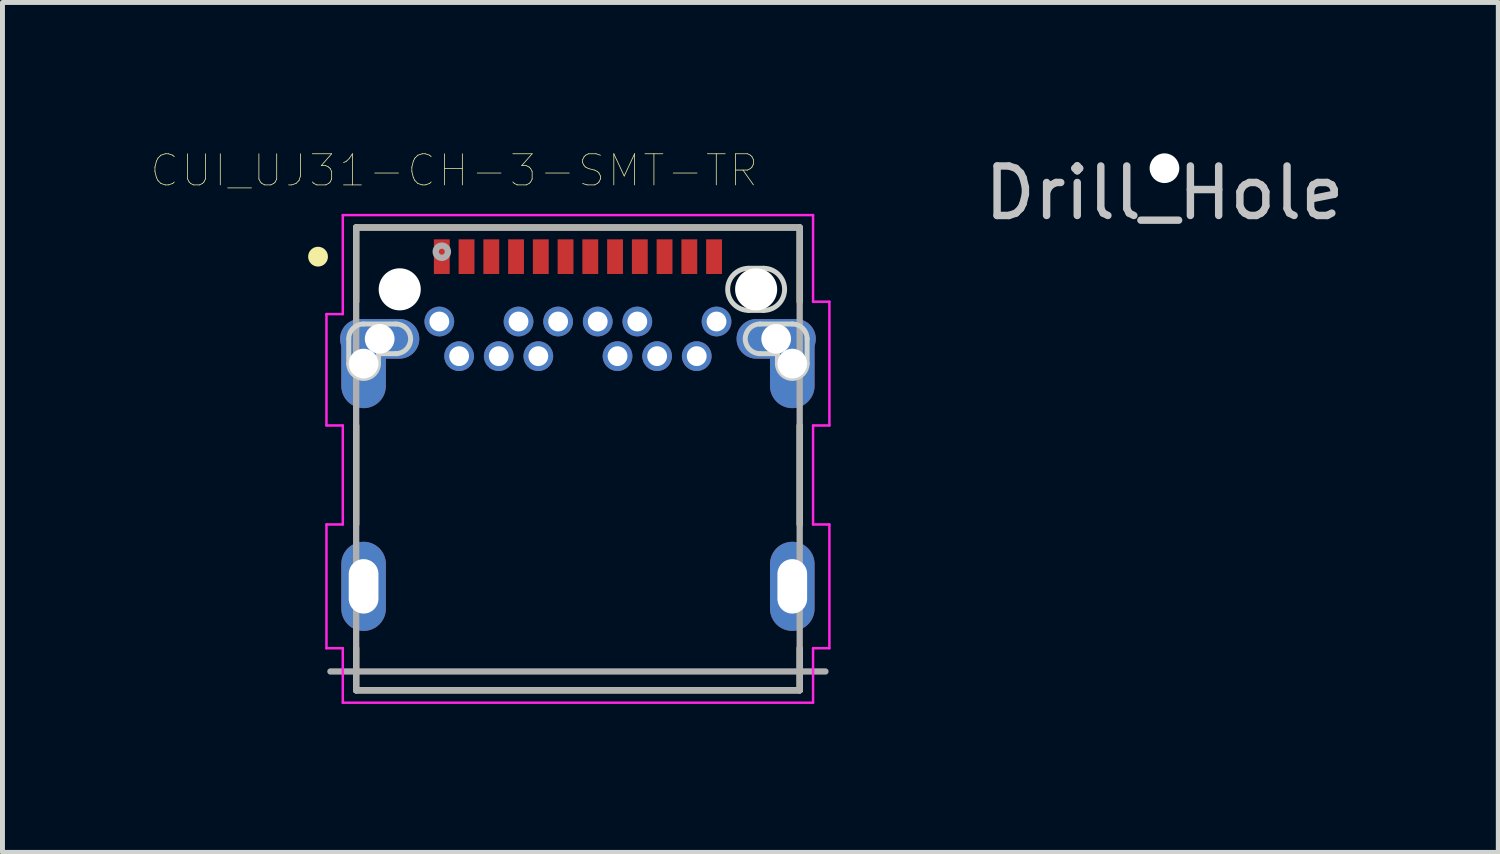
<source format=kicad_pcb>
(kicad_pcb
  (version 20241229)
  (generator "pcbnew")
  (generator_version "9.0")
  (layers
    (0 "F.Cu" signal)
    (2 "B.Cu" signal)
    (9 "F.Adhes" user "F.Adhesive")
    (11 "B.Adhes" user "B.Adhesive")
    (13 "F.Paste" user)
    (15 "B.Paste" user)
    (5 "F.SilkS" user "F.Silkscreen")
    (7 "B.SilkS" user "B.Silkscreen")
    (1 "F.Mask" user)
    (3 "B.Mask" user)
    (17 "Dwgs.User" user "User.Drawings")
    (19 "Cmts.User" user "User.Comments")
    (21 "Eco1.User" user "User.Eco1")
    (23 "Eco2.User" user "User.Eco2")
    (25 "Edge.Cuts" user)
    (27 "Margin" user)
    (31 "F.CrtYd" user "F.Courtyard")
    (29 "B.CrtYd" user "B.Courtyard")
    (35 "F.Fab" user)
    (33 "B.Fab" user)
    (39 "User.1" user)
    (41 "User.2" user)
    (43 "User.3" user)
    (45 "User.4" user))
  (footprint "Drill_Hole"
    (layer "F.Cu")
    (at 20.474 0.348)
    (property "Reference" "Drill_Hole" (at 0 0.5 0) (layer "Dwgs.User") (effects (font (size 1 1) (thickness 0.15))))
    (attr through_hole)
    (pad "" np_thru_hole circle (at 0 0) (size 0.6 0.6) (drill 0.6) (layers "*.Cu" "*.Mask")))
  (footprint "CUI_UJ31-CH-3-SMT-TR"
    (layer "F.Cu")
    (at 5.875 2.135)
    (property "Reference" "CUI_UJ31-CH-3-SMT-TR" (at 0.25 -1.74 0) (layer "F.SilkS") (effects (font (size 0.63 0.63) (thickness 0.015))))
    (attr through_hole)
    (fp_poly (pts (xy 6.2 0.135) (xy 6.5 0.135) (xy 6.555 0.138) (xy 6.609 0.146) (xy 6.662 0.161) (xy 6.714 0.18) (xy 6.763 0.205) (xy 6.809 0.235) (xy 6.851 0.27) (xy 6.89 0.309) (xy 6.925 0.351) (xy 6.955 0.398) (xy 6.98 0.446) (xy 6.999 0.498) (xy 7.014 0.551) (xy 7.022 0.605) (xy 7.025 0.66) (xy 7.022 0.715) (xy 7.014 0.769) (xy 6.999 0.822) (xy 6.98 0.874) (xy 6.955 0.922) (xy 6.925 0.969) (xy 6.89 1.011) (xy 6.851 1.05) (xy 6.809 1.085) (xy 6.763 1.115) (xy 6.714 1.14) (xy 6.662 1.159) (xy 6.609 1.174) (xy 6.555 1.182) (xy 6.5 1.185) (xy 6.2 1.185) (xy 6.145 1.182) (xy 6.091 1.174) (xy 6.038 1.159) (xy 5.986 1.14) (xy 5.938 1.115) (xy 5.891 1.085) (xy 5.849 1.05) (xy 5.81 1.011) (xy 5.775 0.969) (xy 5.745 0.922) (xy 5.72 0.874) (xy 5.701 0.822) (xy 5.686 0.769) (xy 5.678 0.715) (xy 5.675 0.66) (xy 5.678 0.605) (xy 5.686 0.551) (xy 5.701 0.498) (xy 5.72 0.446) (xy 5.745 0.398) (xy 5.775 0.351) (xy 5.81 0.309) (xy 5.849 0.27) (xy 5.891 0.235) (xy 5.938 0.205) (xy 5.986 0.18) (xy 6.038 0.161) (xy 6.091 0.146) (xy 6.145 0.138) (xy 6.2 0.135)) (stroke (width 0.05) (type solid)) (fill yes) (layer "F.Mask"))
    (fp_poly (pts (xy 6.2 0.135) (xy 6.5 0.135) (xy 6.555 0.138) (xy 6.609 0.146) (xy 6.662 0.161) (xy 6.714 0.18) (xy 6.763 0.205) (xy 6.809 0.235) (xy 6.851 0.27) (xy 6.89 0.309) (xy 6.925 0.351) (xy 6.955 0.398) (xy 6.98 0.446) (xy 6.999 0.498) (xy 7.014 0.551) (xy 7.022 0.605) (xy 7.025 0.66) (xy 7.022 0.715) (xy 7.014 0.769) (xy 6.999 0.822) (xy 6.98 0.874) (xy 6.955 0.922) (xy 6.925 0.969) (xy 6.89 1.011) (xy 6.851 1.05) (xy 6.809 1.085) (xy 6.763 1.115) (xy 6.714 1.14) (xy 6.662 1.159) (xy 6.609 1.174) (xy 6.555 1.182) (xy 6.5 1.185) (xy 6.2 1.185) (xy 6.145 1.182) (xy 6.091 1.174) (xy 6.038 1.159) (xy 5.986 1.14) (xy 5.938 1.115) (xy 5.891 1.085) (xy 5.849 1.05) (xy 5.81 1.011) (xy 5.775 0.969) (xy 5.745 0.922) (xy 5.72 0.874) (xy 5.701 0.822) (xy 5.686 0.769) (xy 5.678 0.715) (xy 5.675 0.66) (xy 5.678 0.605) (xy 5.686 0.551) (xy 5.701 0.498) (xy 5.72 0.446) (xy 5.745 0.398) (xy 5.775 0.351) (xy 5.81 0.309) (xy 5.849 0.27) (xy 5.891 0.235) (xy 5.938 0.205) (xy 5.986 0.18) (xy 6.038 0.161) (xy 6.091 0.146) (xy 6.145 0.138) (xy 6.2 0.135)) (stroke (width 0.05) (type solid)) (fill yes) (layer "B.Mask"))
    (fp_line (start -1.73 -0.59) (end -1.73 0.91) (stroke (width 0.127) (type solid)) (layer "F.SilkS"))
    (fp_line (start -1.73 -0.59) (end 7.23 -0.59) (stroke (width 0.127) (type solid)) (layer "F.SilkS"))
    (fp_line (start -1.73 3.41) (end -1.73 5.41) (stroke (width 0.127) (type solid)) (layer "F.SilkS"))
    (fp_line (start -1.73 7.91) (end -1.73 8.76) (stroke (width 0.127) (type solid)) (layer "F.SilkS"))
    (fp_line (start -1.73 8.76) (end 7.23 8.76) (stroke (width 0.127) (type solid)) (layer "F.SilkS"))
    (fp_line (start 7.23 -0.59) (end 7.23 0.91) (stroke (width 0.127) (type solid)) (layer "F.SilkS"))
    (fp_line (start 7.23 5.41) (end 7.23 3.41) (stroke (width 0.127) (type solid)) (layer "F.SilkS"))
    (fp_line (start 7.23 8.76) (end 7.23 7.91) (stroke (width 0.127) (type solid)) (layer "F.SilkS"))
    (fp_circle (center -2.5 0) (end -2.4 0) (stroke (width 0.2) (type solid)) (fill no) (layer "F.SilkS"))
    (fp_line (start -1.88 2.16) (end -1.88 1.66) (stroke (width 0.1) (type solid)) (layer "Edge.Cuts"))
    (fp_line (start -1.58 1.36) (end -0.93 1.36) (stroke (width 0.1) (type solid)) (layer "Edge.Cuts"))
    (fp_line (start -1.28 1.96) (end -1.28 2.16) (stroke (width 0.1) (type solid)) (layer "Edge.Cuts"))
    (fp_line (start -0.93 1.96) (end -1.28 1.96) (stroke (width 0.1) (type solid)) (layer "Edge.Cuts"))
    (fp_line (start 6.2 0.235) (end 6.5 0.235) (stroke (width 0.1) (type solid)) (layer "Edge.Cuts"))
    (fp_line (start 6.2 1.085) (end 6.5 1.085) (stroke (width 0.1) (type solid)) (layer "Edge.Cuts"))
    (fp_line (start 6.43 1.36) (end 7.08 1.36) (stroke (width 0.1) (type solid)) (layer "Edge.Cuts"))
    (fp_line (start 6.78 1.96) (end 6.43 1.96) (stroke (width 0.1) (type solid)) (layer "Edge.Cuts"))
    (fp_line (start 6.78 1.96) (end 6.78 2.16) (stroke (width 0.1) (type solid)) (layer "Edge.Cuts"))
    (fp_line (start 7.38 2.16) (end 7.38 1.66) (stroke (width 0.1) (type solid)) (layer "Edge.Cuts"))
    (fp_arc (start -1.88 1.66) (mid -1.792132 1.447868) (end -1.58 1.36) (stroke (width 0.1) (type solid)) (layer "Edge.Cuts"))
    (fp_arc (start -1.28 2.16) (mid -1.58 2.46) (end -1.88 2.16) (stroke (width 0.1) (type solid)) (layer "Edge.Cuts"))
    (fp_arc (start -0.93 1.36) (mid -0.63 1.66) (end -0.93 1.96) (stroke (width 0.1) (type solid)) (layer "Edge.Cuts"))
    (fp_arc (start 6.2 1.085) (mid 5.775 0.66) (end 6.2 0.235) (stroke (width 0.1) (type solid)) (layer "Edge.Cuts"))
    (fp_arc (start 6.43 1.96) (mid 6.13 1.66) (end 6.43 1.36) (stroke (width 0.1) (type solid)) (layer "Edge.Cuts"))
    (fp_arc (start 6.5 0.235) (mid 6.925 0.66) (end 6.5 1.085) (stroke (width 0.1) (type solid)) (layer "Edge.Cuts"))
    (fp_arc (start 7.08 1.36) (mid 7.292132 1.447868) (end 7.38 1.66) (stroke (width 0.1) (type solid)) (layer "Edge.Cuts"))
    (fp_arc (start 7.38 2.16) (mid 7.08 2.46) (end 6.78 2.16) (stroke (width 0.1) (type solid)) (layer "Edge.Cuts"))
    (fp_line (start -2.33 1.16) (end -2 1.16) (stroke (width 0.05) (type solid)) (layer "F.CrtYd"))
    (fp_line (start -2.33 3.41) (end -2.33 1.16) (stroke (width 0.05) (type solid)) (layer "F.CrtYd"))
    (fp_line (start -2.33 5.41) (end -2 5.41) (stroke (width 0.05) (type solid)) (layer "F.CrtYd"))
    (fp_line (start -2.33 7.91) (end -2.33 5.41) (stroke (width 0.05) (type solid)) (layer "F.CrtYd"))
    (fp_line (start -2 -0.84) (end 7.5 -0.84) (stroke (width 0.05) (type solid)) (layer "F.CrtYd"))
    (fp_line (start -2 1.16) (end -2 -0.84) (stroke (width 0.05) (type solid)) (layer "F.CrtYd"))
    (fp_line (start -2 3.41) (end -2.33 3.41) (stroke (width 0.05) (type solid)) (layer "F.CrtYd"))
    (fp_line (start -2 5.41) (end -2 3.41) (stroke (width 0.05) (type solid)) (layer "F.CrtYd"))
    (fp_line (start -2 7.91) (end -2.33 7.91) (stroke (width 0.05) (type solid)) (layer "F.CrtYd"))
    (fp_line (start -2 9.01) (end -2 7.91) (stroke (width 0.05) (type solid)) (layer "F.CrtYd"))
    (fp_line (start 7.5 -0.84) (end 7.5 0.91) (stroke (width 0.05) (type solid)) (layer "F.CrtYd"))
    (fp_line (start 7.5 0.91) (end 7.83 0.91) (stroke (width 0.05) (type solid)) (layer "F.CrtYd"))
    (fp_line (start 7.5 3.41) (end 7.5 5.41) (stroke (width 0.05) (type solid)) (layer "F.CrtYd"))
    (fp_line (start 7.5 5.41) (end 7.83 5.41) (stroke (width 0.05) (type solid)) (layer "F.CrtYd"))
    (fp_line (start 7.5 7.91) (end 7.5 9.01) (stroke (width 0.05) (type solid)) (layer "F.CrtYd"))
    (fp_line (start 7.5 9.01) (end -2 9.01) (stroke (width 0.05) (type solid)) (layer "F.CrtYd"))
    (fp_line (start 7.83 0.91) (end 7.83 3.41) (stroke (width 0.05) (type solid)) (layer "F.CrtYd"))
    (fp_line (start 7.83 3.41) (end 7.5 3.41) (stroke (width 0.05) (type solid)) (layer "F.CrtYd"))
    (fp_line (start 7.83 5.41) (end 7.83 7.91) (stroke (width 0.05) (type solid)) (layer "F.CrtYd"))
    (fp_line (start 7.83 7.91) (end 7.5 7.91) (stroke (width 0.05) (type solid)) (layer "F.CrtYd"))
    (fp_line (start -2.25 8.38) (end 7.75 8.38) (stroke (width 0.127) (type solid)) (layer "F.Fab"))
    (fp_line (start -1.73 -0.59) (end 7.23 -0.59) (stroke (width 0.127) (type solid)) (layer "F.Fab"))
    (fp_line (start -1.73 8.76) (end -1.73 -0.59) (stroke (width 0.127) (type solid)) (layer "F.Fab"))
    (fp_line (start 7.23 -0.59) (end 7.23 8.76) (stroke (width 0.127) (type solid)) (layer "F.Fab"))
    (fp_line (start 7.23 8.76) (end -1.73 8.76) (stroke (width 0.127) (type solid)) (layer "F.Fab"))
    (fp_circle (center 0 -0.1) (end 0.06 -0.1) (stroke (width 0.127) (type solid)) (fill no) (layer "F.Fab"))
    (pad "" np_thru_hole circle (at -0.85 0.66) (size 0.85 0.85) (drill 0.85) (layers "*.Cu" "*.Mask"))
    (pad "" np_thru_hole circle (at 6.35 0.66) (size 0.85 0.85) (drill 0.85) (layers "*.Cu" "*.Mask"))
    (pad "A1" smd rect (at 0 0) (size 0.32 0.7) (layers "F.Cu" "F.Mask" "F.Paste"))
    (pad "A2" smd rect (at 0.5 0) (size 0.32 0.7) (layers "F.Cu" "F.Mask" "F.Paste"))
    (pad "A3" smd rect (at 1 0) (size 0.32 0.7) (layers "F.Cu" "F.Mask" "F.Paste"))
    (pad "A4" smd rect (at 1.5 0) (size 0.32 0.7) (layers "F.Cu" "F.Mask" "F.Paste"))
    (pad "A5" smd rect (at 2 0) (size 0.32 0.7) (layers "F.Cu" "F.Mask" "F.Paste"))
    (pad "A6" smd rect (at 2.5 0) (size 0.32 0.7) (layers "F.Cu" "F.Mask" "F.Paste"))
    (pad "A7" smd rect (at 3 0) (size 0.32 0.7) (layers "F.Cu" "F.Mask" "F.Paste"))
    (pad "A8" smd rect (at 3.5 0) (size 0.32 0.7) (layers "F.Cu" "F.Mask" "F.Paste"))
    (pad "A9" smd rect (at 4 0) (size 0.32 0.7) (layers "F.Cu" "F.Mask" "F.Paste"))
    (pad "A10" smd rect (at 4.5 0) (size 0.32 0.7) (layers "F.Cu" "F.Mask" "F.Paste"))
    (pad "A11" smd rect (at 5 0) (size 0.32 0.7) (layers "F.Cu" "F.Mask" "F.Paste"))
    (pad "A12" smd rect (at 5.5 0) (size 0.32 0.7) (layers "F.Cu" "F.Mask" "F.Paste"))
    (pad "B1" thru_hole circle (at 5.55 1.31) (size 0.6 0.6) (drill 0.4) (layers "*.Cu" "*.Mask"))
    (pad "B2" thru_hole circle (at 5.15 2.01) (size 0.6 0.6) (drill 0.4) (layers "*.Cu" "*.Mask"))
    (pad "B3" thru_hole circle (at 4.35 2.01) (size 0.6 0.6) (drill 0.4) (layers "*.Cu" "*.Mask"))
    (pad "B4" thru_hole circle (at 3.95 1.31) (size 0.6 0.6) (drill 0.4) (layers "*.Cu" "*.Mask"))
    (pad "B5" thru_hole circle (at 3.55 2.01) (size 0.6 0.6) (drill 0.4) (layers "*.Cu" "*.Mask"))
    (pad "B6" thru_hole circle (at 3.15 1.31) (size 0.6 0.6) (drill 0.4) (layers "*.Cu" "*.Mask"))
    (pad "B7" thru_hole circle (at 2.35 1.31) (size 0.6 0.6) (drill 0.4) (layers "*.Cu" "*.Mask"))
    (pad "B8" thru_hole circle (at 1.95 2.01) (size 0.6 0.6) (drill 0.4) (layers "*.Cu" "*.Mask"))
    (pad "B9" thru_hole circle (at 1.55 1.31) (size 0.6 0.6) (drill 0.4) (layers "*.Cu" "*.Mask"))
    (pad "B10" thru_hole circle (at 1.15 2.01) (size 0.6 0.6) (drill 0.4) (layers "*.Cu" "*.Mask"))
    (pad "B11" thru_hole circle (at 0.35 2.01) (size 0.6 0.6) (drill 0.4) (layers "*.Cu" "*.Mask"))
    (pad "B12" thru_hole circle (at -0.05 1.31) (size 0.6 0.6) (drill 0.4) (layers "*.Cu" "*.Mask"))
    (pad "SH1" thru_hole oval (at -1.255 1.66) (size 1.6 0.8) (drill 0.6) (layers "*.Cu" "*.Mask"))
    (pad "SH2" thru_hole oval (at 6.755 1.66) (size 1.6 0.8) (drill 0.6) (layers "*.Cu" "*.Mask"))
    (pad "SH3" thru_hole oval (at -1.58 2.16) (size 0.9 1.8) (drill 0.6) (layers "*.Cu" "*.Mask"))
    (pad "SH4" thru_hole oval (at 7.08 2.16) (size 0.9 1.8) (drill 0.6) (layers "*.Cu" "*.Mask"))
    (pad "SH5" thru_hole oval (at -1.58 6.66) (size 0.9 1.8) (drill oval 0.6 1.1) (layers "*.Cu" "*.Mask"))
    (pad "SH6" thru_hole oval (at 7.08 6.66) (size 0.9 1.8) (drill oval 0.6 1.1) (layers "*.Cu" "*.Mask")))
  (gr_rect
    (start -3 -3)
    (end 27.218 14.17)
    (stroke (width 0.1) (type default))
    (fill no)
    (layer "Edge.Cuts")))
</source>
